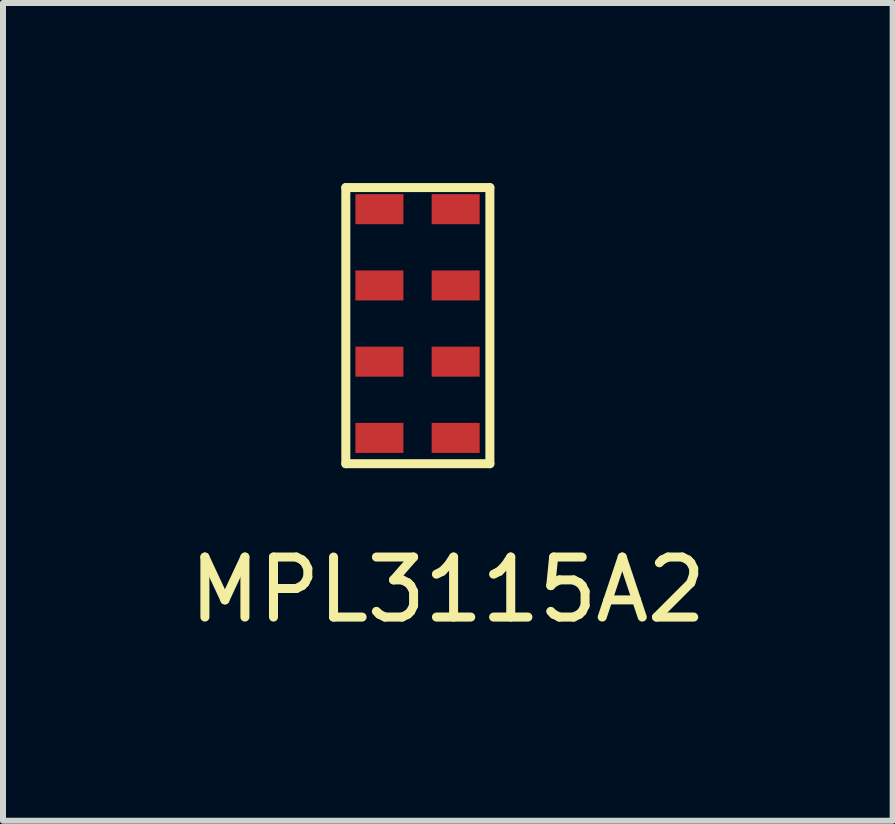
<source format=kicad_pcb>
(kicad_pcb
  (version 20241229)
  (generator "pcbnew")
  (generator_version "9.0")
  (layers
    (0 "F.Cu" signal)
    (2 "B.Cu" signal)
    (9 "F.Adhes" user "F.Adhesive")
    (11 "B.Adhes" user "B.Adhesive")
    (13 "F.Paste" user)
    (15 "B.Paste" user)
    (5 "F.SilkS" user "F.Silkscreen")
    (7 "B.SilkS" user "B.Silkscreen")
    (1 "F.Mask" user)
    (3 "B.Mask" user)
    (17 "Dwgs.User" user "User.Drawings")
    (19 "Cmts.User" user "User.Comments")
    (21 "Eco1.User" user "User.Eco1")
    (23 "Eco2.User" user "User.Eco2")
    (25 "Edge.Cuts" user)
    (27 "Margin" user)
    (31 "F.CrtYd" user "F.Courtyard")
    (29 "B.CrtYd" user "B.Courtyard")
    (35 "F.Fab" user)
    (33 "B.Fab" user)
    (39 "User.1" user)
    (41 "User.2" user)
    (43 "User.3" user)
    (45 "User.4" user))
  (footprint "MPL3115A2"
    (layer "F.Cu")
    (at 3.911 2.275)
    (property "Reference" "MPL3115A2" (at 0.5 4.5 0) (layer "F.SilkS") (effects (font (size 1 1) (thickness 0.15))))
    (attr smd)
    (fp_line (start -1.2 -2.2) (end -1.2 2.4) (stroke (width 0.15) (type solid)) (layer "F.SilkS"))
    (fp_line (start -1.2 2.4) (end 1.2 2.4) (stroke (width 0.15) (type solid)) (layer "F.SilkS"))
    (fp_line (start 1.2 -2.2) (end -1.2 -2.2) (stroke (width 0.15) (type solid)) (layer "F.SilkS"))
    (fp_line (start 1.2 2.4) (end 1.2 -2.2) (stroke (width 0.15) (type solid)) (layer "F.SilkS"))
    (pad "1" smd rect (at -0.64 -1.84) (size 0.8 0.5) (layers "F.Cu" "F.Mask" "F.Paste"))
    (pad "2" smd rect (at -0.64 -0.57) (size 0.8 0.5) (layers "F.Cu" "F.Mask" "F.Paste"))
    (pad "3" smd rect (at -0.64 0.7) (size 0.8 0.5) (layers "F.Cu" "F.Mask" "F.Paste"))
    (pad "4" smd rect (at -0.64 1.97) (size 0.8 0.5) (layers "F.Cu" "F.Mask" "F.Paste"))
    (pad "5" smd rect (at 0.63 1.97) (size 0.8 0.5) (layers "F.Cu" "F.Mask" "F.Paste"))
    (pad "6" smd rect (at 0.63 0.7) (size 0.8 0.5) (layers "F.Cu" "F.Mask" "F.Paste"))
    (pad "7" smd rect (at 0.63 -0.57) (size 0.8 0.5) (layers "F.Cu" "F.Mask" "F.Paste"))
    (pad "8" smd rect (at 0.63 -1.84) (size 0.8 0.5) (layers "F.Cu" "F.Mask" "F.Paste")))
  (gr_rect
    (start -3 -3)
    (end 11.821 10.623)
    (stroke (width 0.1) (type default))
    (fill no)
    (layer "Edge.Cuts")))
</source>
